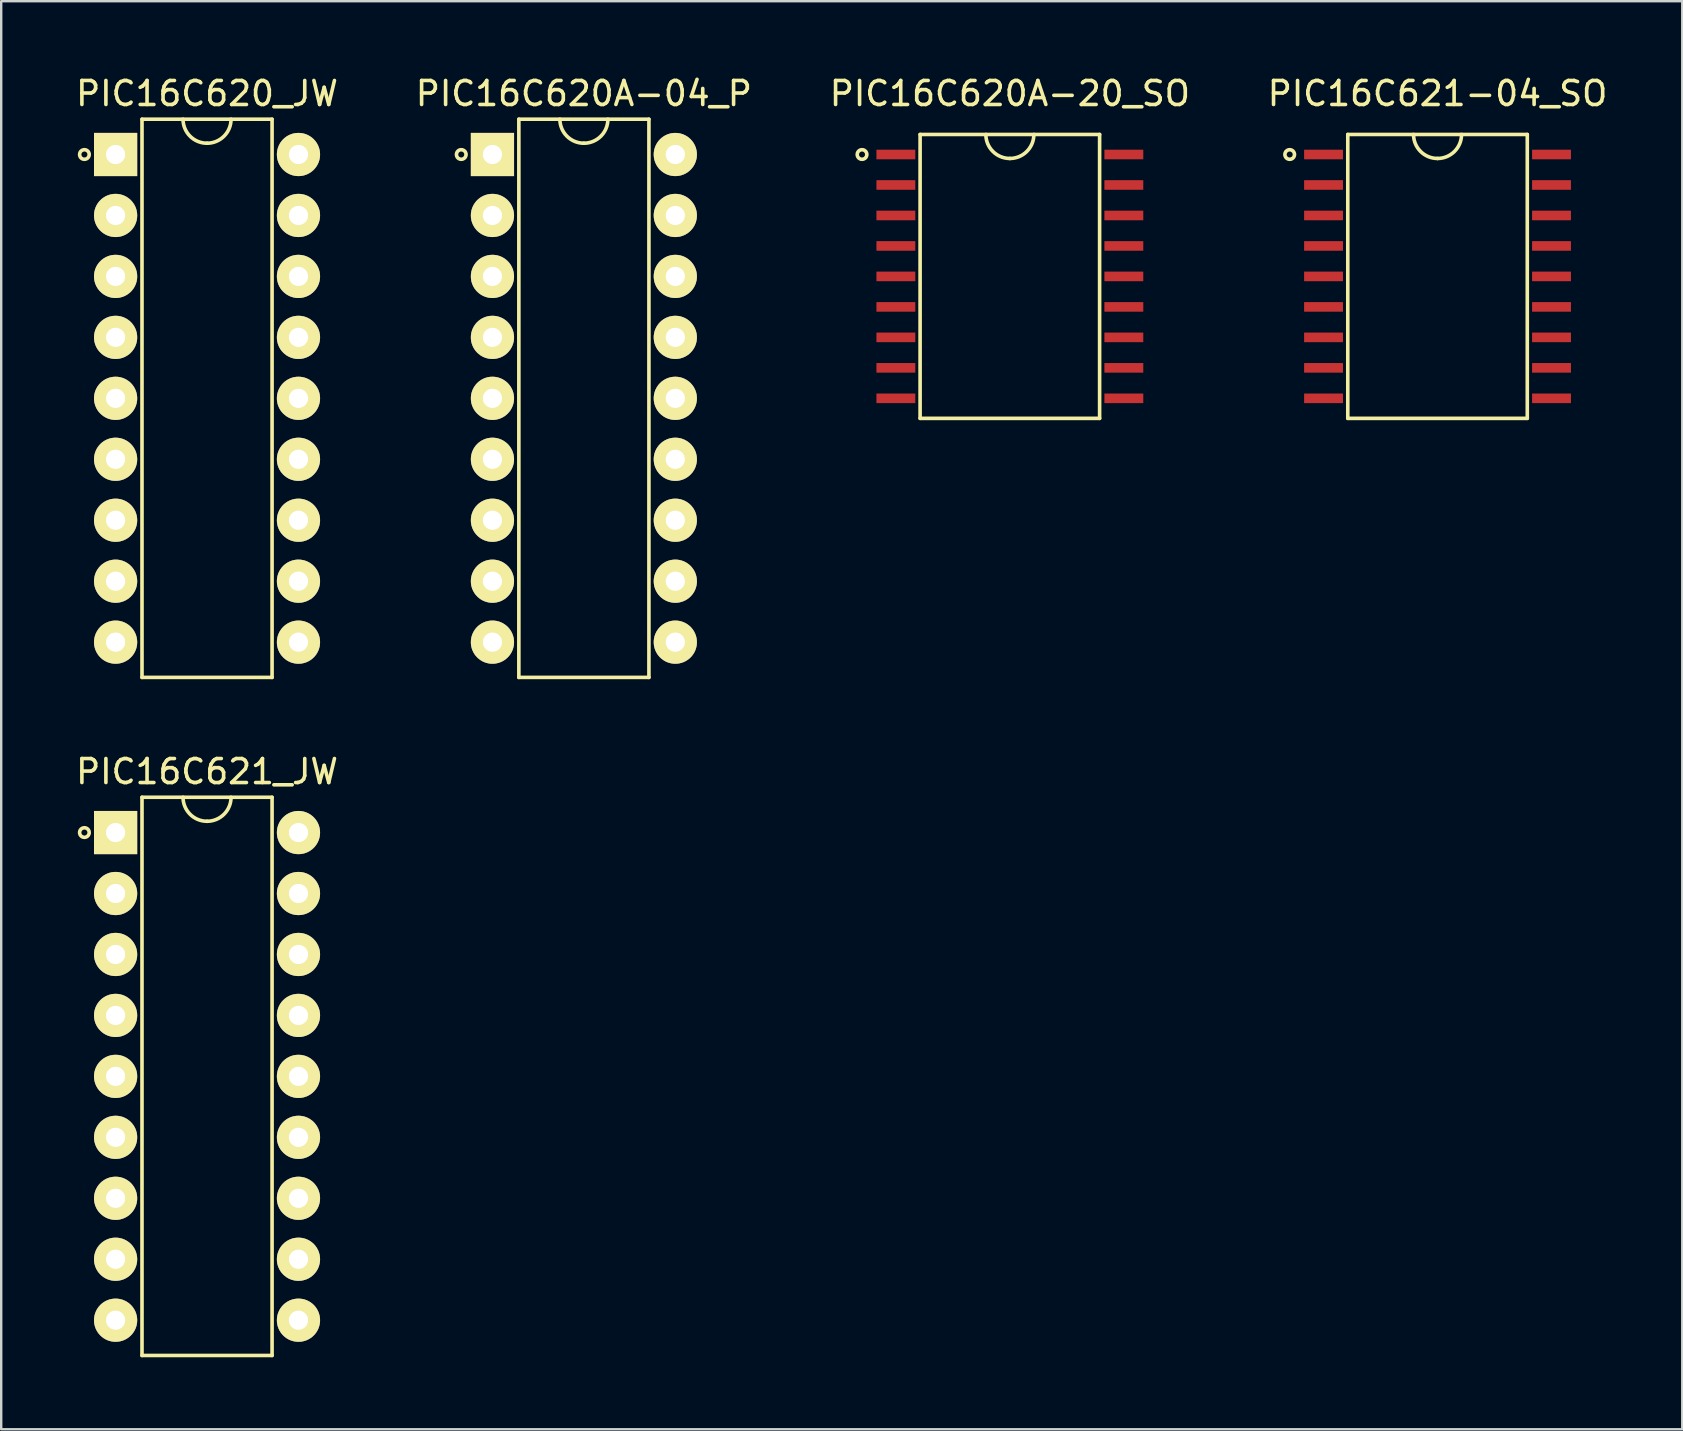
<source format=kicad_pcb>
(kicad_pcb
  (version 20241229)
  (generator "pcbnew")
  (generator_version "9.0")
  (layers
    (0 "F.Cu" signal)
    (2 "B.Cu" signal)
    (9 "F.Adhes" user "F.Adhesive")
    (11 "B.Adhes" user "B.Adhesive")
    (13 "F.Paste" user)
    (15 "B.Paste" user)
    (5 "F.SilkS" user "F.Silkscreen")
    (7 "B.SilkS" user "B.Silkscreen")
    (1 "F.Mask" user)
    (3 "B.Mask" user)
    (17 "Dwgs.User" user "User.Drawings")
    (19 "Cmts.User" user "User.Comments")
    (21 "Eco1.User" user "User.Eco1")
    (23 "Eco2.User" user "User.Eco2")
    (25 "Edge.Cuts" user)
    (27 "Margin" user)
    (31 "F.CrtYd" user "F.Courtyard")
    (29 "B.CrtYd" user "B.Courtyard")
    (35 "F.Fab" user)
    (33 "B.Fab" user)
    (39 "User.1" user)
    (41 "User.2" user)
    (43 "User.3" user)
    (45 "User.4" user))
  (footprint "PIC16C620_JW"
    (layer "F.Cu")
    (at 1.767 3.388)
    (property "Reference" "PIC16C620_JW" (at 3.81 -2.54 0) (layer "F.SilkS") (effects (font (size 1 1) (thickness 0.15))))
    (attr through_hole)
    (fp_line (start 1.1 -1.47) (end 6.52 -1.47) (stroke (width 0.15) (type solid)) (layer "F.SilkS"))
    (fp_line (start 1.1 21.79) (end 1.1 -1.47) (stroke (width 0.15) (type solid)) (layer "F.SilkS"))
    (fp_line (start 6.52 -1.47) (end 6.52 21.79) (stroke (width 0.15) (type solid)) (layer "F.SilkS"))
    (fp_line (start 6.52 21.79) (end 1.1 21.79) (stroke (width 0.15) (type solid)) (layer "F.SilkS"))
    (fp_arc (start 3.81 -0.47) (mid 3.102893 -0.762893) (end 2.81 -1.47) (stroke (width 0.15) (type solid)) (layer "F.SilkS"))
    (fp_arc (start 4.81 -1.47) (mid 4.517107 -0.762893) (end 3.81 -0.47) (stroke (width 0.15) (type solid)) (layer "F.SilkS"))
    (fp_circle (center -1.3 0) (end -1.3 0.2) (stroke (width 0.15) (type solid)) (fill no) (layer "F.SilkS"))
    (pad "1" thru_hole rect (at 0 0) (size 1.8 1.8) (drill 0.8) (layers "*.Cu" "*.Mask" "F.SilkS"))
    (pad "2" thru_hole circle (at 0 2.54) (size 1.8 1.8) (drill 0.8) (layers "*.Cu" "*.Mask" "F.SilkS"))
    (pad "3" thru_hole circle (at 0 5.08) (size 1.8 1.8) (drill 0.8) (layers "*.Cu" "*.Mask" "F.SilkS"))
    (pad "4" thru_hole circle (at 0 7.62) (size 1.8 1.8) (drill 0.8) (layers "*.Cu" "*.Mask" "F.SilkS"))
    (pad "5" thru_hole circle (at 0 10.16) (size 1.8 1.8) (drill 0.8) (layers "*.Cu" "*.Mask" "F.SilkS"))
    (pad "6" thru_hole circle (at 0 12.7) (size 1.8 1.8) (drill 0.8) (layers "*.Cu" "*.Mask" "F.SilkS"))
    (pad "7" thru_hole circle (at 0 15.24) (size 1.8 1.8) (drill 0.8) (layers "*.Cu" "*.Mask" "F.SilkS"))
    (pad "8" thru_hole circle (at 0 17.78) (size 1.8 1.8) (drill 0.8) (layers "*.Cu" "*.Mask" "F.SilkS"))
    (pad "9" thru_hole circle (at 0 20.32) (size 1.8 1.8) (drill 0.8) (layers "*.Cu" "*.Mask" "F.SilkS"))
    (pad "10" thru_hole circle (at 7.62 20.32) (size 1.8 1.8) (drill 0.8) (layers "*.Cu" "*.Mask" "F.SilkS"))
    (pad "11" thru_hole circle (at 7.62 17.78) (size 1.8 1.8) (drill 0.8) (layers "*.Cu" "*.Mask" "F.SilkS"))
    (pad "12" thru_hole circle (at 7.62 15.24) (size 1.8 1.8) (drill 0.8) (layers "*.Cu" "*.Mask" "F.SilkS"))
    (pad "13" thru_hole circle (at 7.62 12.7) (size 1.8 1.8) (drill 0.8) (layers "*.Cu" "*.Mask" "F.SilkS"))
    (pad "14" thru_hole circle (at 7.62 10.16) (size 1.8 1.8) (drill 0.8) (layers "*.Cu" "*.Mask" "F.SilkS"))
    (pad "15" thru_hole circle (at 7.62 7.62) (size 1.8 1.8) (drill 0.8) (layers "*.Cu" "*.Mask" "F.SilkS"))
    (pad "16" thru_hole circle (at 7.62 5.08) (size 1.8 1.8) (drill 0.8) (layers "*.Cu" "*.Mask" "F.SilkS"))
    (pad "17" thru_hole circle (at 7.62 2.54) (size 1.8 1.8) (drill 0.8) (layers "*.Cu" "*.Mask" "F.SilkS"))
    (pad "18" thru_hole circle (at 7.62 0) (size 1.8 1.8) (drill 0.8) (layers "*.Cu" "*.Mask" "F.SilkS")))
  (footprint "PIC16C620A-20_SO"
    (layer "F.Cu")
    (at 34.28 3.388)
    (property "Reference" "PIC16C620A-20_SO" (at 4.75 -2.54 0) (layer "F.SilkS") (effects (font (size 1 1) (thickness 0.15))))
    (attr through_hole)
    (fp_line (start 1.01 -0.835) (end 8.49 -0.835) (stroke (width 0.15) (type solid)) (layer "F.SilkS"))
    (fp_line (start 1.01 10.995) (end 1.01 -0.835) (stroke (width 0.15) (type solid)) (layer "F.SilkS"))
    (fp_line (start 8.49 -0.835) (end 8.49 10.995) (stroke (width 0.15) (type solid)) (layer "F.SilkS"))
    (fp_line (start 8.49 10.995) (end 1.01 10.995) (stroke (width 0.15) (type solid)) (layer "F.SilkS"))
    (fp_arc (start 4.75 0.165) (mid 4.042893 -0.127893) (end 3.75 -0.835) (stroke (width 0.15) (type solid)) (layer "F.SilkS"))
    (fp_arc (start 5.75 -0.835) (mid 5.457107 -0.127893) (end 4.75 0.165) (stroke (width 0.15) (type solid)) (layer "F.SilkS"))
    (fp_circle (center -1.41 0) (end -1.41 0.2) (stroke (width 0.15) (type solid)) (fill no) (layer "F.SilkS"))
    (pad "1" smd rect (at 0 0) (size 1.62 0.4) (layers "F.Cu" "F.Mask" "F.Paste"))
    (pad "2" smd rect (at 0 1.27) (size 1.62 0.4) (layers "F.Cu" "F.Mask" "F.Paste"))
    (pad "3" smd rect (at 0 2.54) (size 1.62 0.4) (layers "F.Cu" "F.Mask" "F.Paste"))
    (pad "4" smd rect (at 0 3.81) (size 1.62 0.4) (layers "F.Cu" "F.Mask" "F.Paste"))
    (pad "5" smd rect (at 0 5.08) (size 1.62 0.4) (layers "F.Cu" "F.Mask" "F.Paste"))
    (pad "6" smd rect (at 0 6.35) (size 1.62 0.4) (layers "F.Cu" "F.Mask" "F.Paste"))
    (pad "7" smd rect (at 0 7.62) (size 1.62 0.4) (layers "F.Cu" "F.Mask" "F.Paste"))
    (pad "8" smd rect (at 0 8.89) (size 1.62 0.4) (layers "F.Cu" "F.Mask" "F.Paste"))
    (pad "9" smd rect (at 0 10.16) (size 1.62 0.4) (layers "F.Cu" "F.Mask" "F.Paste"))
    (pad "10" smd rect (at 9.5 10.16) (size 1.62 0.4) (layers "F.Cu" "F.Mask" "F.Paste"))
    (pad "11" smd rect (at 9.5 8.89) (size 1.62 0.4) (layers "F.Cu" "F.Mask" "F.Paste"))
    (pad "12" smd rect (at 9.5 7.62) (size 1.62 0.4) (layers "F.Cu" "F.Mask" "F.Paste"))
    (pad "13" smd rect (at 9.5 6.35) (size 1.62 0.4) (layers "F.Cu" "F.Mask" "F.Paste"))
    (pad "14" smd rect (at 9.5 5.08) (size 1.62 0.4) (layers "F.Cu" "F.Mask" "F.Paste"))
    (pad "15" smd rect (at 9.5 3.81) (size 1.62 0.4) (layers "F.Cu" "F.Mask" "F.Paste"))
    (pad "16" smd rect (at 9.5 2.54) (size 1.62 0.4) (layers "F.Cu" "F.Mask" "F.Paste"))
    (pad "17" smd rect (at 9.5 1.27) (size 1.62 0.4) (layers "F.Cu" "F.Mask" "F.Paste"))
    (pad "18" smd rect (at 9.5 0) (size 1.62 0.4) (layers "F.Cu" "F.Mask" "F.Paste")))
  (footprint "PIC16C621-04_SO"
    (layer "F.Cu")
    (at 52.101 3.388)
    (property "Reference" "PIC16C621-04_SO" (at 4.75 -2.54 0) (layer "F.SilkS") (effects (font (size 1 1) (thickness 0.15))))
    (attr through_hole)
    (fp_line (start 1.01 -0.835) (end 8.49 -0.835) (stroke (width 0.15) (type solid)) (layer "F.SilkS"))
    (fp_line (start 1.01 10.995) (end 1.01 -0.835) (stroke (width 0.15) (type solid)) (layer "F.SilkS"))
    (fp_line (start 8.49 -0.835) (end 8.49 10.995) (stroke (width 0.15) (type solid)) (layer "F.SilkS"))
    (fp_line (start 8.49 10.995) (end 1.01 10.995) (stroke (width 0.15) (type solid)) (layer "F.SilkS"))
    (fp_arc (start 4.75 0.165) (mid 4.042893 -0.127893) (end 3.75 -0.835) (stroke (width 0.15) (type solid)) (layer "F.SilkS"))
    (fp_arc (start 5.75 -0.835) (mid 5.457107 -0.127893) (end 4.75 0.165) (stroke (width 0.15) (type solid)) (layer "F.SilkS"))
    (fp_circle (center -1.41 0) (end -1.41 0.2) (stroke (width 0.15) (type solid)) (fill no) (layer "F.SilkS"))
    (pad "1" smd rect (at 0 0) (size 1.62 0.4) (layers "F.Cu" "F.Mask" "F.Paste"))
    (pad "2" smd rect (at 0 1.27) (size 1.62 0.4) (layers "F.Cu" "F.Mask" "F.Paste"))
    (pad "3" smd rect (at 0 2.54) (size 1.62 0.4) (layers "F.Cu" "F.Mask" "F.Paste"))
    (pad "4" smd rect (at 0 3.81) (size 1.62 0.4) (layers "F.Cu" "F.Mask" "F.Paste"))
    (pad "5" smd rect (at 0 5.08) (size 1.62 0.4) (layers "F.Cu" "F.Mask" "F.Paste"))
    (pad "6" smd rect (at 0 6.35) (size 1.62 0.4) (layers "F.Cu" "F.Mask" "F.Paste"))
    (pad "7" smd rect (at 0 7.62) (size 1.62 0.4) (layers "F.Cu" "F.Mask" "F.Paste"))
    (pad "8" smd rect (at 0 8.89) (size 1.62 0.4) (layers "F.Cu" "F.Mask" "F.Paste"))
    (pad "9" smd rect (at 0 10.16) (size 1.62 0.4) (layers "F.Cu" "F.Mask" "F.Paste"))
    (pad "10" smd rect (at 9.5 10.16) (size 1.62 0.4) (layers "F.Cu" "F.Mask" "F.Paste"))
    (pad "11" smd rect (at 9.5 8.89) (size 1.62 0.4) (layers "F.Cu" "F.Mask" "F.Paste"))
    (pad "12" smd rect (at 9.5 7.62) (size 1.62 0.4) (layers "F.Cu" "F.Mask" "F.Paste"))
    (pad "13" smd rect (at 9.5 6.35) (size 1.62 0.4) (layers "F.Cu" "F.Mask" "F.Paste"))
    (pad "14" smd rect (at 9.5 5.08) (size 1.62 0.4) (layers "F.Cu" "F.Mask" "F.Paste"))
    (pad "15" smd rect (at 9.5 3.81) (size 1.62 0.4) (layers "F.Cu" "F.Mask" "F.Paste"))
    (pad "16" smd rect (at 9.5 2.54) (size 1.62 0.4) (layers "F.Cu" "F.Mask" "F.Paste"))
    (pad "17" smd rect (at 9.5 1.27) (size 1.62 0.4) (layers "F.Cu" "F.Mask" "F.Paste"))
    (pad "18" smd rect (at 9.5 0) (size 1.62 0.4) (layers "F.Cu" "F.Mask" "F.Paste")))
  (footprint "PIC16C620A-04_P"
    (layer "F.Cu")
    (at 17.47 3.388)
    (property "Reference" "PIC16C620A-04_P" (at 3.81 -2.54 0) (layer "F.SilkS") (effects (font (size 1 1) (thickness 0.15))))
    (attr through_hole)
    (fp_line (start 1.1 -1.47) (end 6.52 -1.47) (stroke (width 0.15) (type solid)) (layer "F.SilkS"))
    (fp_line (start 1.1 21.79) (end 1.1 -1.47) (stroke (width 0.15) (type solid)) (layer "F.SilkS"))
    (fp_line (start 6.52 -1.47) (end 6.52 21.79) (stroke (width 0.15) (type solid)) (layer "F.SilkS"))
    (fp_line (start 6.52 21.79) (end 1.1 21.79) (stroke (width 0.15) (type solid)) (layer "F.SilkS"))
    (fp_arc (start 3.81 -0.47) (mid 3.102893 -0.762893) (end 2.81 -1.47) (stroke (width 0.15) (type solid)) (layer "F.SilkS"))
    (fp_arc (start 4.81 -1.47) (mid 4.517107 -0.762893) (end 3.81 -0.47) (stroke (width 0.15) (type solid)) (layer "F.SilkS"))
    (fp_circle (center -1.3 0) (end -1.3 0.2) (stroke (width 0.15) (type solid)) (fill no) (layer "F.SilkS"))
    (pad "1" thru_hole rect (at 0 0) (size 1.8 1.8) (drill 0.8) (layers "*.Cu" "*.Mask" "F.SilkS"))
    (pad "2" thru_hole circle (at 0 2.54) (size 1.8 1.8) (drill 0.8) (layers "*.Cu" "*.Mask" "F.SilkS"))
    (pad "3" thru_hole circle (at 0 5.08) (size 1.8 1.8) (drill 0.8) (layers "*.Cu" "*.Mask" "F.SilkS"))
    (pad "4" thru_hole circle (at 0 7.62) (size 1.8 1.8) (drill 0.8) (layers "*.Cu" "*.Mask" "F.SilkS"))
    (pad "5" thru_hole circle (at 0 10.16) (size 1.8 1.8) (drill 0.8) (layers "*.Cu" "*.Mask" "F.SilkS"))
    (pad "6" thru_hole circle (at 0 12.7) (size 1.8 1.8) (drill 0.8) (layers "*.Cu" "*.Mask" "F.SilkS"))
    (pad "7" thru_hole circle (at 0 15.24) (size 1.8 1.8) (drill 0.8) (layers "*.Cu" "*.Mask" "F.SilkS"))
    (pad "8" thru_hole circle (at 0 17.78) (size 1.8 1.8) (drill 0.8) (layers "*.Cu" "*.Mask" "F.SilkS"))
    (pad "9" thru_hole circle (at 0 20.32) (size 1.8 1.8) (drill 0.8) (layers "*.Cu" "*.Mask" "F.SilkS"))
    (pad "10" thru_hole circle (at 7.62 20.32) (size 1.8 1.8) (drill 0.8) (layers "*.Cu" "*.Mask" "F.SilkS"))
    (pad "11" thru_hole circle (at 7.62 17.78) (size 1.8 1.8) (drill 0.8) (layers "*.Cu" "*.Mask" "F.SilkS"))
    (pad "12" thru_hole circle (at 7.62 15.24) (size 1.8 1.8) (drill 0.8) (layers "*.Cu" "*.Mask" "F.SilkS"))
    (pad "13" thru_hole circle (at 7.62 12.7) (size 1.8 1.8) (drill 0.8) (layers "*.Cu" "*.Mask" "F.SilkS"))
    (pad "14" thru_hole circle (at 7.62 10.16) (size 1.8 1.8) (drill 0.8) (layers "*.Cu" "*.Mask" "F.SilkS"))
    (pad "15" thru_hole circle (at 7.62 7.62) (size 1.8 1.8) (drill 0.8) (layers "*.Cu" "*.Mask" "F.SilkS"))
    (pad "16" thru_hole circle (at 7.62 5.08) (size 1.8 1.8) (drill 0.8) (layers "*.Cu" "*.Mask" "F.SilkS"))
    (pad "17" thru_hole circle (at 7.62 2.54) (size 1.8 1.8) (drill 0.8) (layers "*.Cu" "*.Mask" "F.SilkS"))
    (pad "18" thru_hole circle (at 7.62 0) (size 1.8 1.8) (drill 0.8) (layers "*.Cu" "*.Mask" "F.SilkS")))
  (footprint "PIC16C621_JW"
    (layer "F.Cu")
    (at 1.767 31.642)
    (property "Reference" "PIC16C621_JW" (at 3.81 -2.54 0) (layer "F.SilkS") (effects (font (size 1 1) (thickness 0.15))))
    (attr through_hole)
    (fp_line (start 1.1 -1.47) (end 6.52 -1.47) (stroke (width 0.15) (type solid)) (layer "F.SilkS"))
    (fp_line (start 1.1 21.79) (end 1.1 -1.47) (stroke (width 0.15) (type solid)) (layer "F.SilkS"))
    (fp_line (start 6.52 -1.47) (end 6.52 21.79) (stroke (width 0.15) (type solid)) (layer "F.SilkS"))
    (fp_line (start 6.52 21.79) (end 1.1 21.79) (stroke (width 0.15) (type solid)) (layer "F.SilkS"))
    (fp_arc (start 3.81 -0.47) (mid 3.102893 -0.762893) (end 2.81 -1.47) (stroke (width 0.15) (type solid)) (layer "F.SilkS"))
    (fp_arc (start 4.81 -1.47) (mid 4.517107 -0.762893) (end 3.81 -0.47) (stroke (width 0.15) (type solid)) (layer "F.SilkS"))
    (fp_circle (center -1.3 0) (end -1.3 0.2) (stroke (width 0.15) (type solid)) (fill no) (layer "F.SilkS"))
    (pad "1" thru_hole rect (at 0 0) (size 1.8 1.8) (drill 0.8) (layers "*.Cu" "*.Mask" "F.SilkS"))
    (pad "2" thru_hole circle (at 0 2.54) (size 1.8 1.8) (drill 0.8) (layers "*.Cu" "*.Mask" "F.SilkS"))
    (pad "3" thru_hole circle (at 0 5.08) (size 1.8 1.8) (drill 0.8) (layers "*.Cu" "*.Mask" "F.SilkS"))
    (pad "4" thru_hole circle (at 0 7.62) (size 1.8 1.8) (drill 0.8) (layers "*.Cu" "*.Mask" "F.SilkS"))
    (pad "5" thru_hole circle (at 0 10.16) (size 1.8 1.8) (drill 0.8) (layers "*.Cu" "*.Mask" "F.SilkS"))
    (pad "6" thru_hole circle (at 0 12.7) (size 1.8 1.8) (drill 0.8) (layers "*.Cu" "*.Mask" "F.SilkS"))
    (pad "7" thru_hole circle (at 0 15.24) (size 1.8 1.8) (drill 0.8) (layers "*.Cu" "*.Mask" "F.SilkS"))
    (pad "8" thru_hole circle (at 0 17.78) (size 1.8 1.8) (drill 0.8) (layers "*.Cu" "*.Mask" "F.SilkS"))
    (pad "9" thru_hole circle (at 0 20.32) (size 1.8 1.8) (drill 0.8) (layers "*.Cu" "*.Mask" "F.SilkS"))
    (pad "10" thru_hole circle (at 7.62 20.32) (size 1.8 1.8) (drill 0.8) (layers "*.Cu" "*.Mask" "F.SilkS"))
    (pad "11" thru_hole circle (at 7.62 17.78) (size 1.8 1.8) (drill 0.8) (layers "*.Cu" "*.Mask" "F.SilkS"))
    (pad "12" thru_hole circle (at 7.62 15.24) (size 1.8 1.8) (drill 0.8) (layers "*.Cu" "*.Mask" "F.SilkS"))
    (pad "13" thru_hole circle (at 7.62 12.7) (size 1.8 1.8) (drill 0.8) (layers "*.Cu" "*.Mask" "F.SilkS"))
    (pad "14" thru_hole circle (at 7.62 10.16) (size 1.8 1.8) (drill 0.8) (layers "*.Cu" "*.Mask" "F.SilkS"))
    (pad "15" thru_hole circle (at 7.62 7.62) (size 1.8 1.8) (drill 0.8) (layers "*.Cu" "*.Mask" "F.SilkS"))
    (pad "16" thru_hole circle (at 7.62 5.08) (size 1.8 1.8) (drill 0.8) (layers "*.Cu" "*.Mask" "F.SilkS"))
    (pad "17" thru_hole circle (at 7.62 2.54) (size 1.8 1.8) (drill 0.8) (layers "*.Cu" "*.Mask" "F.SilkS"))
    (pad "18" thru_hole circle (at 7.62 0) (size 1.8 1.8) (drill 0.8) (layers "*.Cu" "*.Mask" "F.SilkS")))
  (gr_rect
    (start -3 -3)
    (end 67.048 56.507)
    (stroke (width 0.1) (type default))
    (fill no)
    (layer "Edge.Cuts")))
</source>
